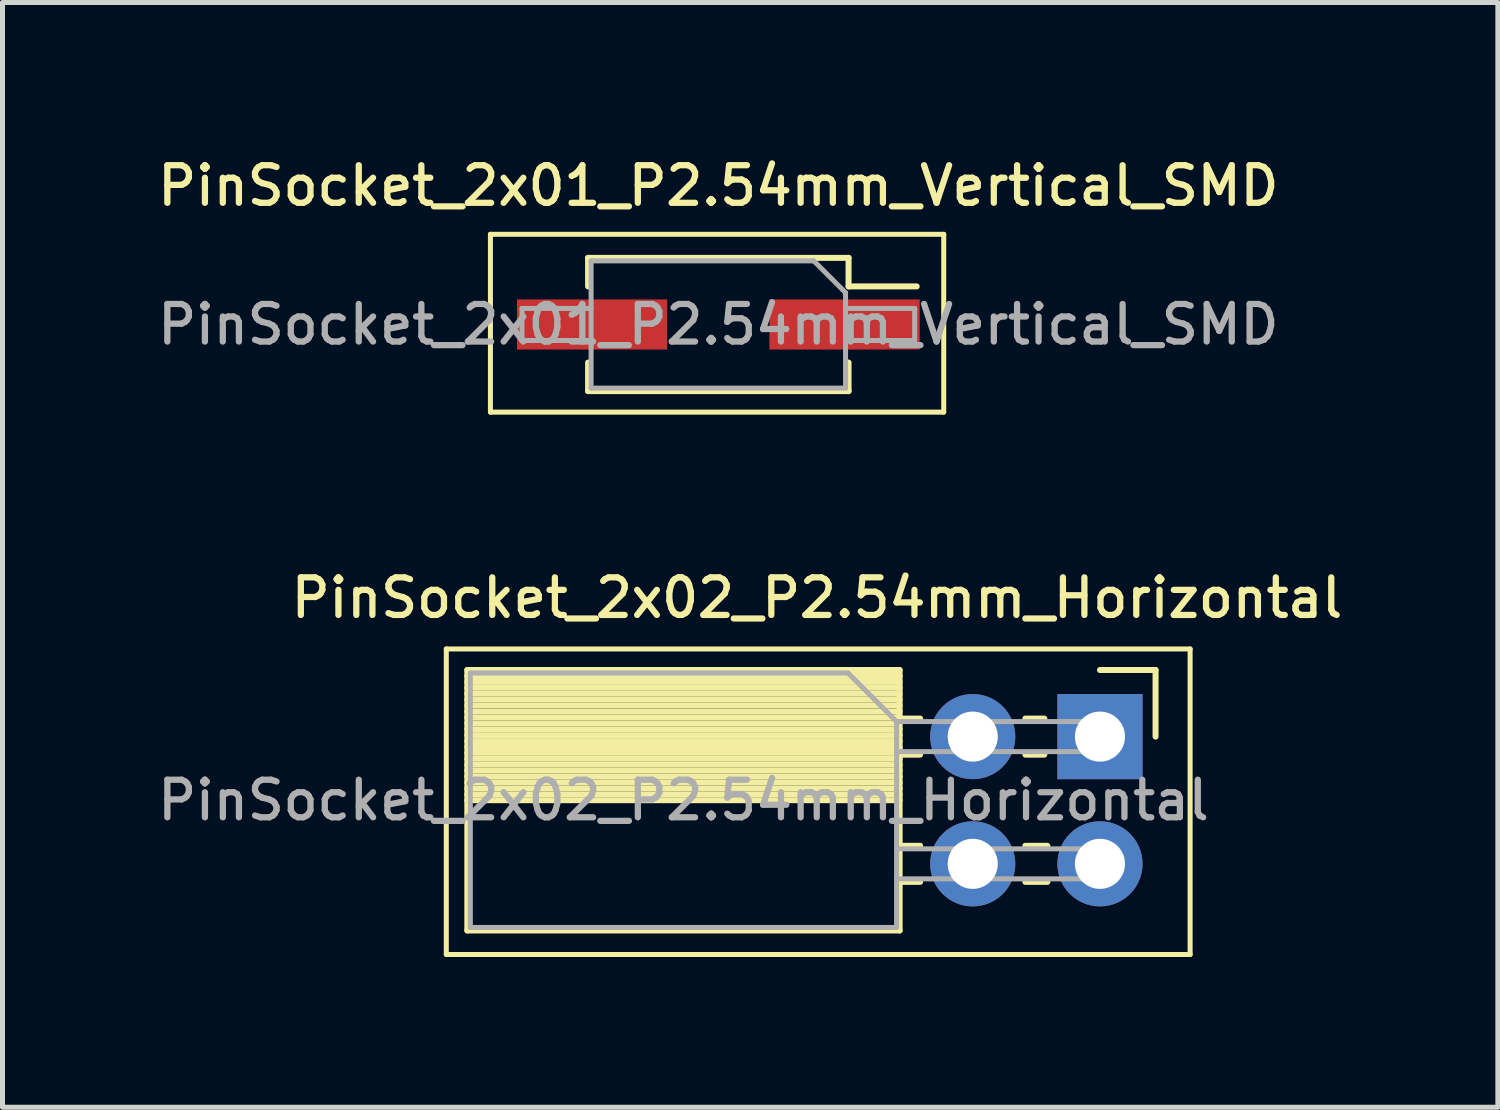
<source format=kicad_pcb>
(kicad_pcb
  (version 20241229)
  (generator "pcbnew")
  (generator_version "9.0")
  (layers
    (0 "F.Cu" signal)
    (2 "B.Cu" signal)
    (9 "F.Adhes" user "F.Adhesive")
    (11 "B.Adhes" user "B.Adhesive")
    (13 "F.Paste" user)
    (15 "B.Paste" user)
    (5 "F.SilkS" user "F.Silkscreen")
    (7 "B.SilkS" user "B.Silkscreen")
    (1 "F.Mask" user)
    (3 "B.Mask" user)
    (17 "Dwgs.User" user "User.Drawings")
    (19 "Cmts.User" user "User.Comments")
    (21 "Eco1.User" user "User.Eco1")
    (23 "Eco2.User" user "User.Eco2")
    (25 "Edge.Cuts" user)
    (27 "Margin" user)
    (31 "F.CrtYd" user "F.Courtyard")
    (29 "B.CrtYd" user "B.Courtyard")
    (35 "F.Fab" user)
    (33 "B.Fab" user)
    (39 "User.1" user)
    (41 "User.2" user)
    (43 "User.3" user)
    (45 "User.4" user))
  (footprint "PinSocket_2x01_P2.54mm_Vertical_SMD"
    (layer "F.Cu")
    (at 11.291 3.428)
    (property "Reference" "PinSocket_2x01_P2.54mm_Vertical_SMD" (at 0 -2.77 0) (layer "F.SilkS") (effects (font (size 0.75 0.75) (thickness 0.125))))
    (attr smd)
    (fp_line (start -4.55 -1.8) (end 4.5 -1.8) (stroke (width 0.1) (type solid)) (layer "F.SilkS"))
    (fp_line (start -4.55 1.75) (end -4.55 -1.8) (stroke (width 0.1) (type solid)) (layer "F.SilkS"))
    (fp_line (start -2.6 -1.33) (end -2.6 -0.76) (stroke (width 0.12) (type solid)) (layer "F.SilkS"))
    (fp_line (start -2.6 -1.33) (end 2.6 -1.33) (stroke (width 0.12) (type solid)) (layer "F.SilkS"))
    (fp_line (start -2.6 0.76) (end -2.6 1.33) (stroke (width 0.12) (type solid)) (layer "F.SilkS"))
    (fp_line (start -2.6 1.33) (end 2.6 1.33) (stroke (width 0.12) (type solid)) (layer "F.SilkS"))
    (fp_line (start 2.6 -1.33) (end 2.6 -0.76) (stroke (width 0.12) (type solid)) (layer "F.SilkS"))
    (fp_line (start 2.6 -0.76) (end 3.96 -0.76) (stroke (width 0.12) (type solid)) (layer "F.SilkS"))
    (fp_line (start 2.6 0.76) (end 2.6 1.33) (stroke (width 0.12) (type solid)) (layer "F.SilkS"))
    (fp_line (start 4.5 -1.8) (end 4.5 1.75) (stroke (width 0.1) (type solid)) (layer "F.SilkS"))
    (fp_line (start 4.5 1.75) (end -4.55 1.75) (stroke (width 0.1) (type solid)) (layer "F.SilkS"))
    (fp_line (start -3.92 -0.32) (end -2.54 -0.32) (stroke (width 0.1) (type solid)) (layer "F.Fab"))
    (fp_line (start -3.92 0.32) (end -3.92 -0.32) (stroke (width 0.1) (type solid)) (layer "F.Fab"))
    (fp_line (start -2.54 -1.27) (end 1.905 -1.27) (stroke (width 0.1) (type solid)) (layer "F.Fab"))
    (fp_line (start -2.54 0.32) (end -3.92 0.32) (stroke (width 0.1) (type solid)) (layer "F.Fab"))
    (fp_line (start -2.54 1.27) (end -2.54 -1.27) (stroke (width 0.1) (type solid)) (layer "F.Fab"))
    (fp_line (start 1.905 -1.27) (end 2.54 -0.635) (stroke (width 0.1) (type solid)) (layer "F.Fab"))
    (fp_line (start 2.54 -0.635) (end 2.54 1.27) (stroke (width 0.1) (type solid)) (layer "F.Fab"))
    (fp_line (start 2.54 -0.32) (end 3.92 -0.32) (stroke (width 0.1) (type solid)) (layer "F.Fab"))
    (fp_line (start 2.54 1.27) (end -2.54 1.27) (stroke (width 0.1) (type solid)) (layer "F.Fab"))
    (fp_line (start 3.92 -0.32) (end 3.92 0.32) (stroke (width 0.1) (type solid)) (layer "F.Fab"))
    (fp_line (start 3.92 0.32) (end 2.54 0.32) (stroke (width 0.1) (type solid)) (layer "F.Fab"))
    (fp_text user "${REFERENCE}" (at 0 0 0) (layer "F.Fab") (effects (font (size 0.75 0.75) (thickness 0.125))))
    (pad "1" smd rect (at 2.52 0) (size 3 1) (layers "F.Cu" "F.Mask" "F.Paste"))
    (pad "2" smd rect (at -2.52 0) (size 3 1) (layers "F.Cu" "F.Mask" "F.Paste")))
  (footprint "PinSocket_2x02_P2.54mm_Horizontal"
    (layer "F.Cu")
    (at 18.91 11.656)
    (property "Reference" "PinSocket_2x02_P2.54mm_Horizontal" (at -5.65 -2.77 0) (layer "F.SilkS") (effects (font (size 0.75 0.75) (thickness 0.125))))
    (attr through_hole)
    (fp_line (start -13.05 -1.75) (end -13.05 4.35) (stroke (width 0.1) (type solid)) (layer "F.SilkS"))
    (fp_line (start -13.05 4.35) (end 1.8 4.35) (stroke (width 0.1) (type solid)) (layer "F.SilkS"))
    (fp_line (start -12.63 -1.33) (end -12.63 3.87) (stroke (width 0.12) (type solid)) (layer "F.SilkS"))
    (fp_line (start -12.63 -1.33) (end -4 -1.33) (stroke (width 0.12) (type solid)) (layer "F.SilkS"))
    (fp_line (start -12.63 -1.21) (end -4 -1.21) (stroke (width 0.12) (type solid)) (layer "F.SilkS"))
    (fp_line (start -12.63 -1.092) (end -4 -1.092) (stroke (width 0.12) (type solid)) (layer "F.SilkS"))
    (fp_line (start -12.63 -0.974) (end -4 -0.974) (stroke (width 0.12) (type solid)) (layer "F.SilkS"))
    (fp_line (start -12.63 -0.856) (end -4 -0.856) (stroke (width 0.12) (type solid)) (layer "F.SilkS"))
    (fp_line (start -12.63 -0.738) (end -4 -0.738) (stroke (width 0.12) (type solid)) (layer "F.SilkS"))
    (fp_line (start -12.63 -0.62) (end -4 -0.62) (stroke (width 0.12) (type solid)) (layer "F.SilkS"))
    (fp_line (start -12.63 -0.501) (end -4 -0.501) (stroke (width 0.12) (type solid)) (layer "F.SilkS"))
    (fp_line (start -12.63 -0.383) (end -4 -0.383) (stroke (width 0.12) (type solid)) (layer "F.SilkS"))
    (fp_line (start -12.63 -0.265) (end -4 -0.265) (stroke (width 0.12) (type solid)) (layer "F.SilkS"))
    (fp_line (start -12.63 -0.147) (end -4 -0.147) (stroke (width 0.12) (type solid)) (layer "F.SilkS"))
    (fp_line (start -12.63 -0.029) (end -4 -0.029) (stroke (width 0.12) (type solid)) (layer "F.SilkS"))
    (fp_line (start -12.63 0.089) (end -4 0.089) (stroke (width 0.12) (type solid)) (layer "F.SilkS"))
    (fp_line (start -12.63 0.207) (end -4 0.207) (stroke (width 0.12) (type solid)) (layer "F.SilkS"))
    (fp_line (start -12.63 0.325) (end -4 0.325) (stroke (width 0.12) (type solid)) (layer "F.SilkS"))
    (fp_line (start -12.63 0.443) (end -4 0.443) (stroke (width 0.12) (type solid)) (layer "F.SilkS"))
    (fp_line (start -12.63 0.561) (end -4 0.561) (stroke (width 0.12) (type solid)) (layer "F.SilkS"))
    (fp_line (start -12.63 0.68) (end -4 0.68) (stroke (width 0.12) (type solid)) (layer "F.SilkS"))
    (fp_line (start -12.63 0.798) (end -4 0.798) (stroke (width 0.12) (type solid)) (layer "F.SilkS"))
    (fp_line (start -12.63 0.916) (end -4 0.916) (stroke (width 0.12) (type solid)) (layer "F.SilkS"))
    (fp_line (start -12.63 1.034) (end -4 1.034) (stroke (width 0.12) (type solid)) (layer "F.SilkS"))
    (fp_line (start -12.63 1.152) (end -4 1.152) (stroke (width 0.12) (type solid)) (layer "F.SilkS"))
    (fp_line (start -12.63 1.27) (end -4 1.27) (stroke (width 0.12) (type solid)) (layer "F.SilkS"))
    (fp_line (start -12.63 3.87) (end -4 3.87) (stroke (width 0.12) (type solid)) (layer "F.SilkS"))
    (fp_line (start -4 -1.33) (end -4 3.87) (stroke (width 0.12) (type solid)) (layer "F.SilkS"))
    (fp_line (start -4 -0.36) (end -3.59 -0.36) (stroke (width 0.12) (type solid)) (layer "F.SilkS"))
    (fp_line (start -4 0.36) (end -3.59 0.36) (stroke (width 0.12) (type solid)) (layer "F.SilkS"))
    (fp_line (start -4 2.18) (end -3.59 2.18) (stroke (width 0.12) (type solid)) (layer "F.SilkS"))
    (fp_line (start -4 2.9) (end -3.59 2.9) (stroke (width 0.12) (type solid)) (layer "F.SilkS"))
    (fp_line (start -1.49 -0.36) (end -1.11 -0.36) (stroke (width 0.12) (type solid)) (layer "F.SilkS"))
    (fp_line (start -1.49 0.36) (end -1.11 0.36) (stroke (width 0.12) (type solid)) (layer "F.SilkS"))
    (fp_line (start -1.49 2.18) (end -1.05 2.18) (stroke (width 0.12) (type solid)) (layer "F.SilkS"))
    (fp_line (start -1.49 2.9) (end -1.05 2.9) (stroke (width 0.12) (type solid)) (layer "F.SilkS"))
    (fp_line (start 0 -1.33) (end 1.11 -1.33) (stroke (width 0.12) (type solid)) (layer "F.SilkS"))
    (fp_line (start 1.11 -1.33) (end 1.11 0) (stroke (width 0.12) (type solid)) (layer "F.SilkS"))
    (fp_line (start 1.8 -1.75) (end -13.05 -1.75) (stroke (width 0.1) (type solid)) (layer "F.SilkS"))
    (fp_line (start 1.8 4.35) (end 1.8 -1.75) (stroke (width 0.1) (type solid)) (layer "F.SilkS"))
    (fp_line (start -12.57 -1.27) (end -5.03 -1.27) (stroke (width 0.1) (type solid)) (layer "F.Fab"))
    (fp_line (start -12.57 3.81) (end -12.57 -1.27) (stroke (width 0.1) (type solid)) (layer "F.Fab"))
    (fp_line (start -5.03 -1.27) (end -4.06 -0.3) (stroke (width 0.1) (type solid)) (layer "F.Fab"))
    (fp_line (start -4.06 -0.3) (end -4.06 3.81) (stroke (width 0.1) (type solid)) (layer "F.Fab"))
    (fp_line (start -4.06 0.3) (end 0 0.3) (stroke (width 0.1) (type solid)) (layer "F.Fab"))
    (fp_line (start -4.06 2.84) (end 0 2.84) (stroke (width 0.1) (type solid)) (layer "F.Fab"))
    (fp_line (start -4.06 3.81) (end -12.57 3.81) (stroke (width 0.1) (type solid)) (layer "F.Fab"))
    (fp_line (start 0 -0.3) (end -4.06 -0.3) (stroke (width 0.1) (type solid)) (layer "F.Fab"))
    (fp_line (start 0 0.3) (end 0 -0.3) (stroke (width 0.1) (type solid)) (layer "F.Fab"))
    (fp_line (start 0 2.24) (end -4.06 2.24) (stroke (width 0.1) (type solid)) (layer "F.Fab"))
    (fp_line (start 0 2.84) (end 0 2.24) (stroke (width 0.1) (type solid)) (layer "F.Fab"))
    (fp_text user "${REFERENCE}" (at -8.315 1.27 0) (layer "F.Fab") (effects (font (size 0.75 0.75) (thickness 0.125))))
    (pad "1" thru_hole rect (at 0 0) (size 1.7 1.7) (drill 1) (layers "*.Cu" "*.Mask"))
    (pad "2" thru_hole oval (at -2.54 0) (size 1.7 1.7) (drill 1) (layers "*.Cu" "*.Mask"))
    (pad "3" thru_hole oval (at 0 2.54) (size 1.7 1.7) (drill 1) (layers "*.Cu" "*.Mask"))
    (pad "4" thru_hole oval (at -2.54 2.54) (size 1.7 1.7) (drill 1) (layers "*.Cu" "*.Mask")))
  (gr_rect
    (start -3 -3)
    (end 26.854 19.056)
    (stroke (width 0.1) (type default))
    (fill no)
    (layer "Edge.Cuts")))
</source>
